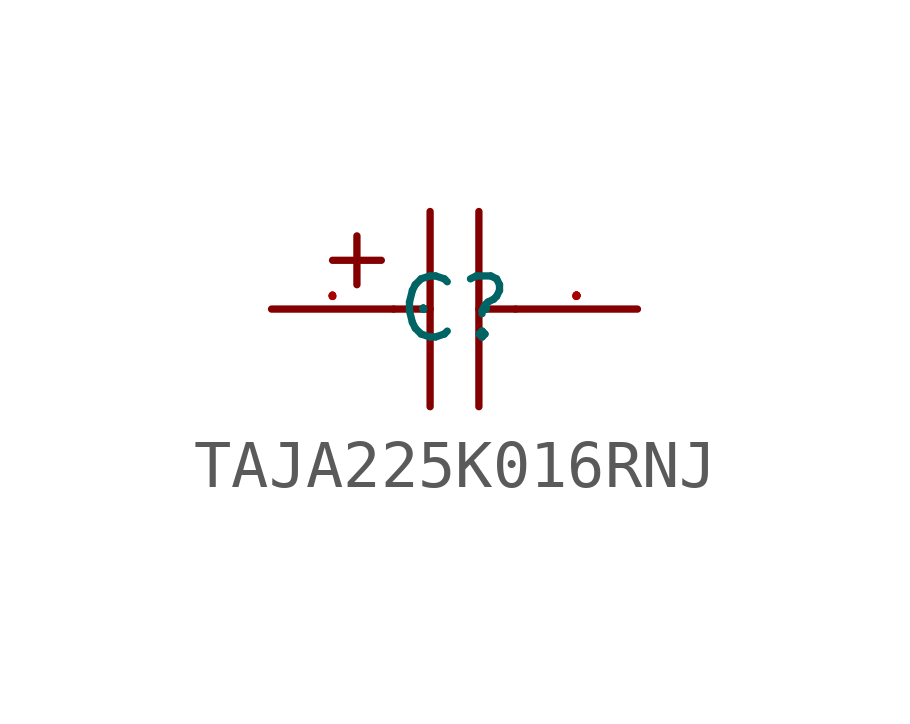
<source format=kicad_sym>
(kicad_symbol_lib
  (version 20241209)
  (generator "kicad_symbol_editor")
  (generator_version "9.0")
  (symbol "TAJA225K016RNJ"
    (property "Reference" "C"
      (at 0 0 0)
      (effects (font (size 1.27 1.27))))
    (symbol "TAJA225K016RNJ_1_0"
      (polyline (pts (xy -2.54 1.016) (xy -1.524 1.016)) (stroke (width 0) (type default)) (fill (type none)))
      (polyline (pts (xy -2.032 1.524) (xy -2.032 0.508)) (stroke (width 0) (type default)) (fill (type none)))
      (polyline (pts (xy -1.27 0) (xy -0.508 0)) (stroke (width 0) (type default)) (fill (type none)))
      (polyline (pts (xy -0.508 2.032) (xy -0.508 -2.032)) (stroke (width 0) (type default)) (fill (type none)))
      (polyline (pts (xy 0.508 2.032) (xy 0.508 -2.032)) (stroke (width 0) (type default)) (fill (type none)))
      (polyline (pts (xy 0.508 0) (xy 1.27 0)) (stroke (width 0) (type default)) (fill (type none)))
      (pin input line (at -3.81 0 0) (length 2.54) (name "1" (effects (font (size 0.025 0.025)))) (number "1" (effects (font (size 0.025 0.025)))))
      (pin input line (at 3.81 0 180) (length 2.54) (name "2" (effects (font (size 0.025 0.025)))) (number "2" (effects (font (size 0.025 0.025))))))))
</source>
